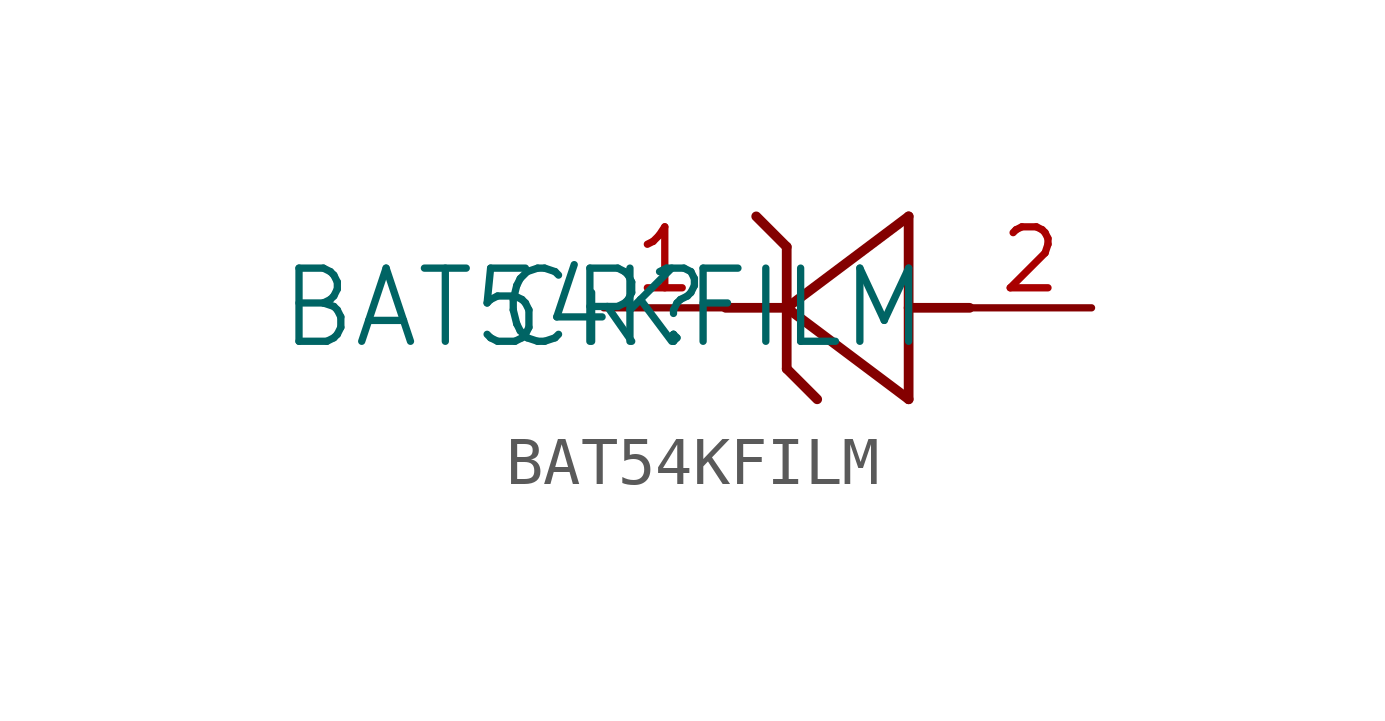
<source format=kicad_sym>
(kicad_symbol_lib
  (version 20211014)
  (generator kicad_symbol_editor)
  (symbol "BAT54KFILM"
    (pin_names
      (offset 0.254))
    (property "Reference" "CR"
      (at 0 0 0)
      (effects (font (size 1.524 1.524))))
    (property "Value" "BAT54KFILM"
      (at 0 0 0)
      (effects (font (size 1.524 1.524))))
    (symbol "BAT54KFILM_0_1"
      (polyline (pts (xy 3.81 -1.27) (xy 4.445 -1.905)) (stroke (width 0.203) (type default) (color 0 0 0 0)) (fill (type none)))
      (polyline (pts (xy 7.62 0) (xy 6.35 0)) (stroke (width 0.203) (type default) (color 0 0 0 0)) (fill (type none)))
      (polyline (pts (xy 3.175 1.905) (xy 3.81 1.27)) (stroke (width 0.203) (type default) (color 0 0 0 0)) (fill (type none)))
      (polyline (pts (xy 6.35 -1.905) (xy 6.35 1.905)) (stroke (width 0.203) (type default) (color 0 0 0 0)) (fill (type none)))
      (polyline (pts (xy 3.81 1.27) (xy 3.81 -1.27)) (stroke (width 0.203) (type default) (color 0 0 0 0)) (fill (type none)))
      (polyline (pts (xy 3.81 0) (xy 6.35 -1.905)) (stroke (width 0.203) (type default) (color 0 0 0 0)) (fill (type none)))
      (polyline (pts (xy 6.35 1.905) (xy 3.81 0)) (stroke (width 0.203) (type default) (color 0 0 0 0)) (fill (type none)))
      (polyline (pts (xy 2.54 0) (xy 3.81 0)) (stroke (width 0.203) (type default) (color 0 0 0 0)) (fill (type none)))
      (pin unspecified line (at 0 0 0) (length 2.54) (name "" (effects (font (size 1.27 1.27)))) (number "1" (effects (font (size 1.27 1.27)))))
      (pin unspecified line (at 10.16 0 180) (length 2.54) (name "" (effects (font (size 1.27 1.27)))) (number "2" (effects (font (size 1.27 1.27))))))))
</source>
